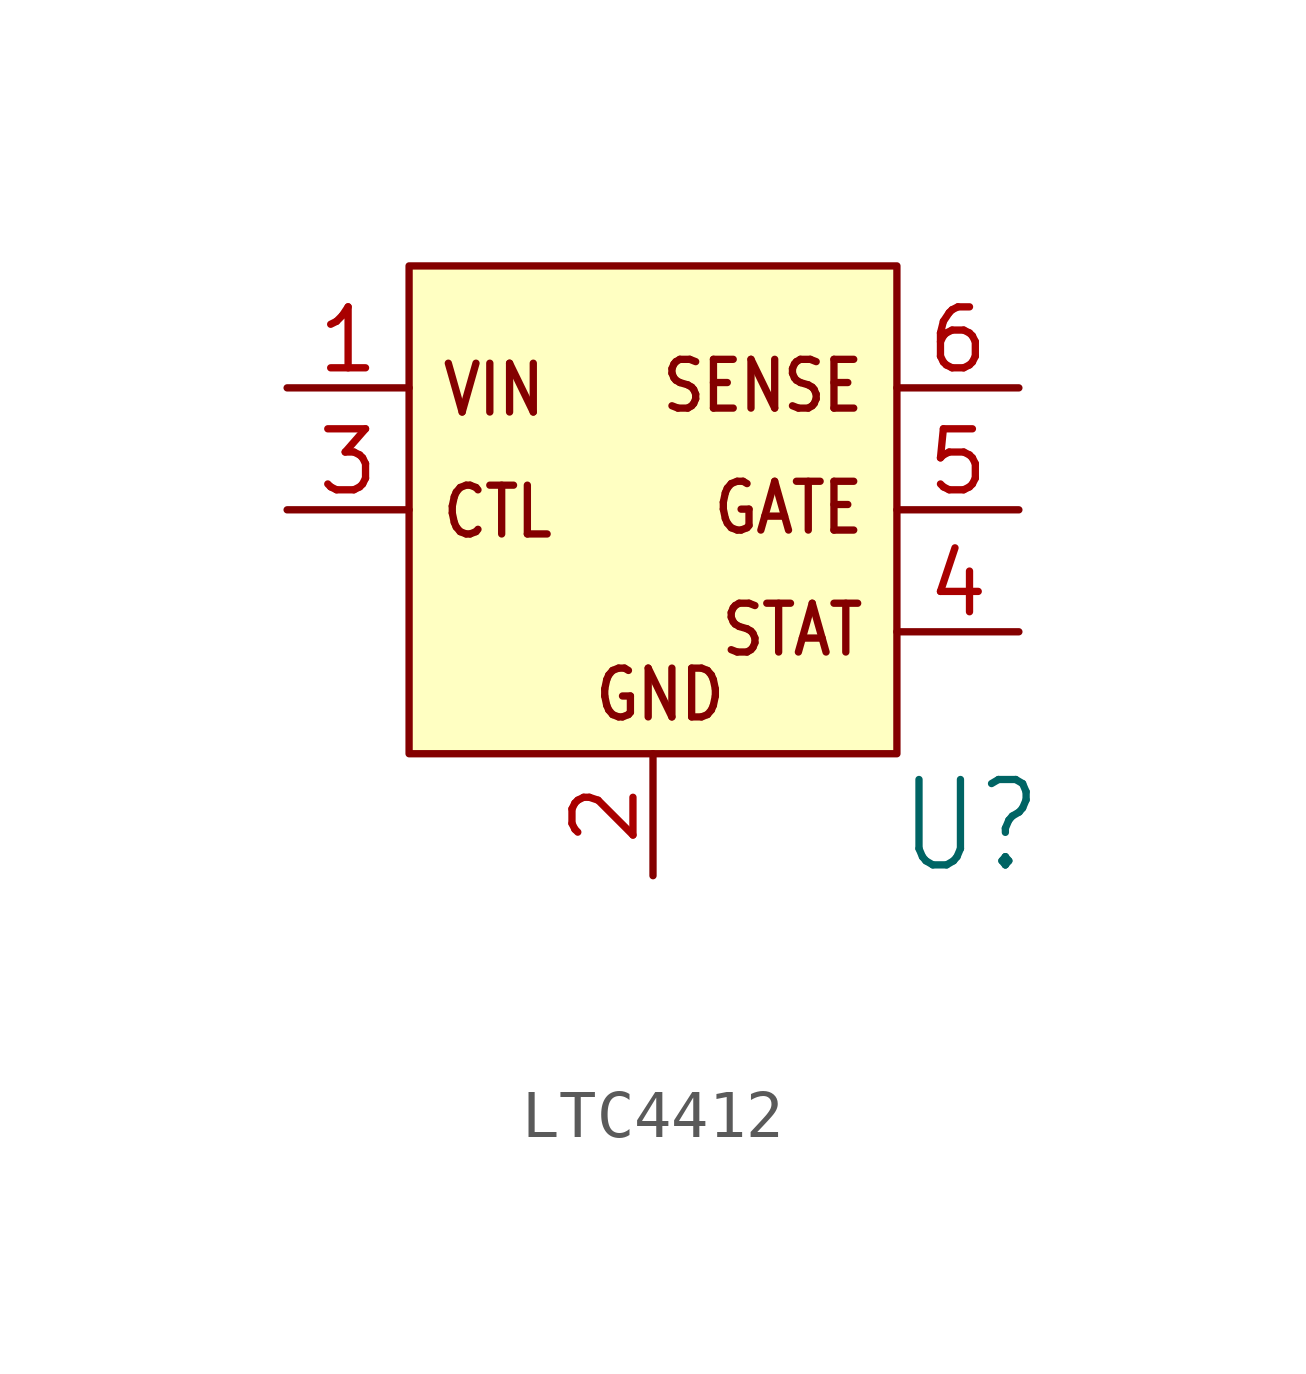
<source format=kicad_sym>
(kicad_symbol_lib
  (version 20241209)
  (generator "kicad_symbol_editor")
  (generator_version "9.0")
  (symbol "LTC4412"
    (property "Reference" "U"
      (at 5.08 -7.62 0)
      (effects (font (size 1.778 1.511)) (justify left bottom)))
    (property "Value" ""
      (at 5.08 -10.16 0)
      (effects (font (size 1.778 1.511)) (justify left bottom)))
    (property "ki_locked" ""
      (at 0 0 0)
      (effects (font (size 1.27 1.27))))
    (symbol "LTC4412_1_0"
      (text "VIN" (at -4.445 1.905 0) (effects (font (size 1.016 0.864)) (justify left bottom)))
      (text "CTL" (at -4.445 -0.635 0) (effects (font (size 1.016 0.864)) (justify left bottom)))
      (text "GND" (at -1.27 -4.445 0) (effects (font (size 1.016 0.864)) (justify left bottom)))
      (text "SENSE" (at 4.445 3.175 0) (effects (font (size 1.016 0.864)) (justify right top)))
      (text "GATE" (at 4.445 0.635 0) (effects (font (size 1.016 0.864)) (justify right top)))
      (text "STAT" (at 4.445 -1.905 0) (effects (font (size 1.016 0.864)) (justify right top)))
      (pin power_in line (at -7.62 2.54 0) (length 2.54) (name "VIN" (effects (font (size 0 0)))) (number "1" (effects (font (size 1.27 1.27)))))
      (pin input line (at -7.62 0 0) (length 2.54) (name "CTL" (effects (font (size 0 0)))) (number "3" (effects (font (size 1.27 1.27)))))
      (pin power_in line (at 0 -7.62 90) (length 2.54) (name "GND" (effects (font (size 0 0)))) (number "2" (effects (font (size 1.27 1.27)))))
      (pin input line (at 7.62 2.54 180) (length 2.54) (name "SENSE" (effects (font (size 0 0)))) (number "6" (effects (font (size 1.27 1.27)))))
      (pin output line (at 7.62 0 180) (length 2.54) (name "GATE" (effects (font (size 0 0)))) (number "5" (effects (font (size 1.27 1.27)))))
      (pin open_collector line (at 7.62 -2.54 180) (length 2.54) (name "STAT" (effects (font (size 0 0)))) (number "4" (effects (font (size 1.27 1.27))))))
    (symbol "LTC4412_1_1"
      (rectangle (start -5.08 5.08) (end 5.08 -5.08) (stroke (width 0) (type solid)) (fill (type background))))))
</source>
